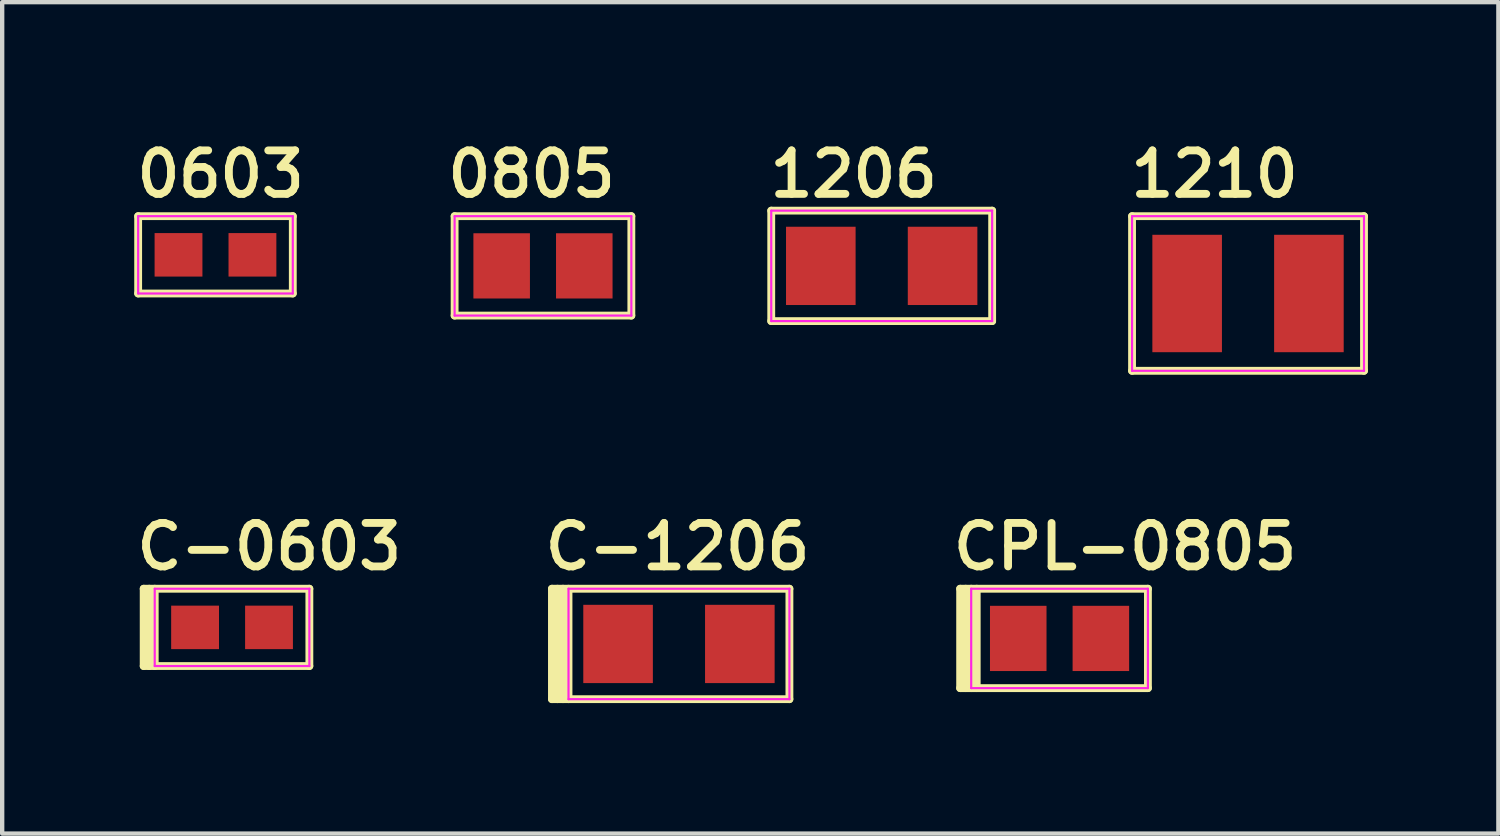
<source format=kicad_pcb>
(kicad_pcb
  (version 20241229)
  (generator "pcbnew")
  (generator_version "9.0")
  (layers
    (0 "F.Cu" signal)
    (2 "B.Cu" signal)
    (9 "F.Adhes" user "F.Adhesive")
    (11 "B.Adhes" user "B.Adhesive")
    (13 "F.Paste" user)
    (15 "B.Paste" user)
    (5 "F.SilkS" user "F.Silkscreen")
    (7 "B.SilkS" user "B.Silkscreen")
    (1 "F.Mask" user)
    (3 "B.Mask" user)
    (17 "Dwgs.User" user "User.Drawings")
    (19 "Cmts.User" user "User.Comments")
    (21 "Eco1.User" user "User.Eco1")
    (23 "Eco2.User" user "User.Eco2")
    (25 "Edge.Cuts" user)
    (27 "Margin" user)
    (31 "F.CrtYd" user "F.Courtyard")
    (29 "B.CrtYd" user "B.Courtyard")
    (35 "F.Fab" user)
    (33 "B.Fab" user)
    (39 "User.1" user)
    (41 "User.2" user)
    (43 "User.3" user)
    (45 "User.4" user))
  (footprint "C-0603"
    (layer "F.Cu")
    (at 2.286 11.377)
    (property "Reference" "C-0603" (at -2.286 -1.27 0) (layer "F.SilkS") (effects (font (size 1 1) (thickness 0.18)) (justify left bottom)))
    (attr through_hole)
    (fp_line (start -2.032 -0.889) (end 1.778 -0.889) (stroke (width 0.18) (type solid)) (layer "F.SilkS"))
    (fp_line (start -2.032 0.889) (end -2.032 -0.889) (stroke (width 0.18) (type solid)) (layer "F.SilkS"))
    (fp_line (start -1.905 0.889) (end -1.905 -0.889) (stroke (width 0.18) (type solid)) (layer "F.SilkS"))
    (fp_line (start -1.778 0.889) (end -1.778 -0.889) (stroke (width 0.18) (type solid)) (layer "F.SilkS"))
    (fp_line (start 1.778 -0.889) (end 1.778 0.889) (stroke (width 0.18) (type solid)) (layer "F.SilkS"))
    (fp_line (start 1.778 0.889) (end -2.032 0.889) (stroke (width 0.18) (type solid)) (layer "F.SilkS"))
    (fp_line (start -1.778 -0.889) (end 1.778 -0.889) (stroke (width 0.05) (type solid)) (layer "F.CrtYd"))
    (fp_line (start -1.778 0.889) (end -1.778 -0.889) (stroke (width 0.05) (type solid)) (layer "F.CrtYd"))
    (fp_line (start 1.778 -0.889) (end 1.778 0.889) (stroke (width 0.05) (type solid)) (layer "F.CrtYd"))
    (fp_line (start 1.778 0.889) (end -1.778 0.889) (stroke (width 0.05) (type solid)) (layer "F.CrtYd"))
    (pad "A" smd rect (at -0.85 0) (size 1.1 1) (layers "F.Cu" "F.Mask" "F.Paste"))
    (pad "K" smd rect (at 0.85 0) (size 1.1 1) (layers "F.Cu" "F.Mask" "F.Paste")))
  (footprint "1210"
    (layer "F.Cu")
    (at 25.649 3.699)
    (property "Reference" "1210" (at -2.794 -2.159 0) (layer "F.SilkS") (effects (font (size 1 1) (thickness 0.18)) (justify left bottom)))
    (attr through_hole)
    (fp_line (start -2.667 -1.778) (end -2.667 1.778) (stroke (width 0.18) (type solid)) (layer "F.SilkS"))
    (fp_line (start -2.667 1.778) (end 2.667 1.778) (stroke (width 0.18) (type solid)) (layer "F.SilkS"))
    (fp_line (start 2.667 -1.778) (end -2.667 -1.778) (stroke (width 0.18) (type solid)) (layer "F.SilkS"))
    (fp_line (start 2.667 1.778) (end 2.667 -1.778) (stroke (width 0.18) (type solid)) (layer "F.SilkS"))
    (fp_line (start -2.667 -1.778) (end 2.667 -1.778) (stroke (width 0.05) (type solid)) (layer "F.CrtYd"))
    (fp_line (start -2.667 1.778) (end -2.667 -1.778) (stroke (width 0.05) (type solid)) (layer "F.CrtYd"))
    (fp_line (start 2.667 -1.778) (end 2.667 1.778) (stroke (width 0.05) (type solid)) (layer "F.CrtYd"))
    (fp_line (start 2.667 1.778) (end -2.667 1.778) (stroke (width 0.05) (type solid)) (layer "F.CrtYd"))
    (pad "1" smd rect (at -1.4 0) (size 1.6 2.7) (layers "F.Cu" "F.Mask" "F.Paste"))
    (pad "2" smd rect (at 1.4 0) (size 1.6 2.7) (layers "F.Cu" "F.Mask" "F.Paste")))
  (footprint "CPL-0805"
    (layer "F.Cu")
    (at 21.315 11.631)
    (property "Reference" "CPL-0805" (at -2.54 -1.524 0) (layer "F.SilkS") (effects (font (size 1 1) (thickness 0.18)) (justify left bottom)))
    (attr through_hole)
    (fp_line (start -2.286 -1.143) (end -2.286 1.143) (stroke (width 0.18) (type solid)) (layer "F.SilkS"))
    (fp_line (start -2.286 1.143) (end 2.032 1.143) (stroke (width 0.18) (type solid)) (layer "F.SilkS"))
    (fp_line (start -2.159 1.143) (end -2.159 -1.143) (stroke (width 0.18) (type solid)) (layer "F.SilkS"))
    (fp_line (start -2.032 1.143) (end -2.032 -1.143) (stroke (width 0.18) (type solid)) (layer "F.SilkS"))
    (fp_line (start -1.905 1.143) (end -1.905 -1.143) (stroke (width 0.18) (type solid)) (layer "F.SilkS"))
    (fp_line (start 2.032 -1.143) (end -2.286 -1.143) (stroke (width 0.18) (type solid)) (layer "F.SilkS"))
    (fp_line (start 2.032 1.143) (end 2.032 -1.143) (stroke (width 0.18) (type solid)) (layer "F.SilkS"))
    (fp_line (start -2.032 -1.143) (end 2.032 -1.143) (stroke (width 0.05) (type solid)) (layer "F.CrtYd"))
    (fp_line (start -2.032 1.143) (end -2.032 -1.143) (stroke (width 0.05) (type solid)) (layer "F.CrtYd"))
    (fp_line (start 2.032 -1.143) (end 2.032 1.143) (stroke (width 0.05) (type solid)) (layer "F.CrtYd"))
    (fp_line (start 2.032 1.143) (end -2.032 1.143) (stroke (width 0.05) (type solid)) (layer "F.CrtYd"))
    (pad "A" smd rect (at -0.95 0) (size 1.3 1.5) (layers "F.Cu" "F.Mask" "F.Paste"))
    (pad "K" smd rect (at 0.95 0) (size 1.3 1.5) (layers "F.Cu" "F.Mask" "F.Paste")))
  (footprint "0603"
    (layer "F.Cu")
    (at 1.905 2.81)
    (property "Reference" "0603" (at -1.905 -1.27 0) (layer "F.SilkS") (effects (font (size 1 1) (thickness 0.18)) (justify left bottom)))
    (attr through_hole)
    (fp_line (start -1.778 -0.889) (end 1.778 -0.889) (stroke (width 0.18) (type solid)) (layer "F.SilkS"))
    (fp_line (start -1.778 0.889) (end -1.778 -0.889) (stroke (width 0.18) (type solid)) (layer "F.SilkS"))
    (fp_line (start 1.778 -0.889) (end 1.778 0.889) (stroke (width 0.18) (type solid)) (layer "F.SilkS"))
    (fp_line (start 1.778 0.889) (end -1.778 0.889) (stroke (width 0.18) (type solid)) (layer "F.SilkS"))
    (fp_line (start -1.778 -0.889) (end 1.778 -0.889) (stroke (width 0.05) (type solid)) (layer "F.CrtYd"))
    (fp_line (start -1.778 0.889) (end -1.778 -0.889) (stroke (width 0.05) (type solid)) (layer "F.CrtYd"))
    (fp_line (start 1.778 -0.889) (end 1.778 0.889) (stroke (width 0.05) (type solid)) (layer "F.CrtYd"))
    (fp_line (start 1.778 0.889) (end -1.778 0.889) (stroke (width 0.05) (type solid)) (layer "F.CrtYd"))
    (pad "1" smd rect (at -0.85 0) (size 1.1 1) (layers "F.Cu" "F.Mask" "F.Paste"))
    (pad "2" smd rect (at 0.85 0) (size 1.1 1) (layers "F.Cu" "F.Mask" "F.Paste")))
  (footprint "0805"
    (layer "F.Cu")
    (at 9.436 3.064)
    (property "Reference" "0805" (at -2.286 -1.524 0) (layer "F.SilkS") (effects (font (size 1 1) (thickness 0.18)) (justify left bottom)))
    (attr through_hole)
    (fp_line (start -2.032 -1.143) (end -2.032 1.143) (stroke (width 0.18) (type solid)) (layer "F.SilkS"))
    (fp_line (start -2.032 1.143) (end 2.032 1.143) (stroke (width 0.18) (type solid)) (layer "F.SilkS"))
    (fp_line (start 2.032 -1.143) (end -2.032 -1.143) (stroke (width 0.18) (type solid)) (layer "F.SilkS"))
    (fp_line (start 2.032 1.143) (end 2.032 -1.143) (stroke (width 0.18) (type solid)) (layer "F.SilkS"))
    (fp_line (start -2.032 -1.143) (end 2.032 -1.143) (stroke (width 0.05) (type solid)) (layer "F.CrtYd"))
    (fp_line (start -2.032 1.143) (end -2.032 -1.143) (stroke (width 0.05) (type solid)) (layer "F.CrtYd"))
    (fp_line (start 2.032 -1.143) (end 2.032 1.143) (stroke (width 0.05) (type solid)) (layer "F.CrtYd"))
    (fp_line (start 2.032 1.143) (end -2.032 1.143) (stroke (width 0.05) (type solid)) (layer "F.CrtYd"))
    (pad "1" smd rect (at -0.95 0) (size 1.3 1.5) (layers "F.Cu" "F.Mask" "F.Paste"))
    (pad "2" smd rect (at 0.95 0) (size 1.3 1.5) (layers "F.Cu" "F.Mask" "F.Paste")))
  (footprint "1206"
    (layer "F.Cu")
    (at 17.225 3.064)
    (property "Reference" "1206" (at -2.667 -1.524 0) (layer "F.SilkS") (effects (font (size 1 1) (thickness 0.18)) (justify left bottom)))
    (attr through_hole)
    (fp_line (start -2.54 -1.27) (end -2.54 1.27) (stroke (width 0.18) (type solid)) (layer "F.SilkS"))
    (fp_line (start -2.54 1.27) (end 2.54 1.27) (stroke (width 0.18) (type solid)) (layer "F.SilkS"))
    (fp_line (start 2.54 -1.27) (end -2.54 -1.27) (stroke (width 0.18) (type solid)) (layer "F.SilkS"))
    (fp_line (start 2.54 1.27) (end 2.54 -1.27) (stroke (width 0.18) (type solid)) (layer "F.SilkS"))
    (fp_line (start -2.54 -1.27) (end 2.54 -1.27) (stroke (width 0.05) (type solid)) (layer "F.CrtYd"))
    (fp_line (start -2.54 1.27) (end -2.54 -1.27) (stroke (width 0.05) (type solid)) (layer "F.CrtYd"))
    (fp_line (start 2.54 -1.27) (end 2.54 1.27) (stroke (width 0.05) (type solid)) (layer "F.CrtYd"))
    (fp_line (start 2.54 1.27) (end -2.54 1.27) (stroke (width 0.05) (type solid)) (layer "F.CrtYd"))
    (pad "1" smd rect (at -1.4 0) (size 1.6 1.8) (layers "F.Cu" "F.Mask" "F.Paste"))
    (pad "2" smd rect (at 1.4 0) (size 1.6 1.8) (layers "F.Cu" "F.Mask" "F.Paste")))
  (footprint "C-1206"
    (layer "F.Cu")
    (at 12.563 11.758)
    (property "Reference" "C-1206" (at -3.175 -1.651 0) (layer "F.SilkS") (effects (font (size 1 1) (thickness 0.18)) (justify left bottom)))
    (attr through_hole)
    (fp_line (start -2.921 -1.27) (end -2.921 1.27) (stroke (width 0.18) (type solid)) (layer "F.SilkS"))
    (fp_line (start -2.921 1.27) (end 2.54 1.27) (stroke (width 0.18) (type solid)) (layer "F.SilkS"))
    (fp_line (start -2.794 -1.27) (end -2.794 1.27) (stroke (width 0.18) (type solid)) (layer "F.SilkS"))
    (fp_line (start -2.667 -1.27) (end -2.667 1.27) (stroke (width 0.18) (type solid)) (layer "F.SilkS"))
    (fp_line (start -2.54 -1.27) (end -2.54 1.27) (stroke (width 0.18) (type solid)) (layer "F.SilkS"))
    (fp_line (start 2.54 -1.27) (end -2.921 -1.27) (stroke (width 0.18) (type solid)) (layer "F.SilkS"))
    (fp_line (start 2.54 1.27) (end 2.54 -1.27) (stroke (width 0.18) (type solid)) (layer "F.SilkS"))
    (fp_line (start -2.54 -1.27) (end 2.54 -1.27) (stroke (width 0.05) (type solid)) (layer "F.CrtYd"))
    (fp_line (start -2.54 1.27) (end -2.54 -1.27) (stroke (width 0.05) (type solid)) (layer "F.CrtYd"))
    (fp_line (start 2.54 -1.27) (end 2.54 1.27) (stroke (width 0.05) (type solid)) (layer "F.CrtYd"))
    (fp_line (start 2.54 1.27) (end -2.54 1.27) (stroke (width 0.05) (type solid)) (layer "F.CrtYd"))
    (pad "A" smd rect (at -1.4 0) (size 1.6 1.8) (layers "F.Cu" "F.Mask" "F.Paste"))
    (pad "K" smd rect (at 1.4 0) (size 1.6 1.8) (layers "F.Cu" "F.Mask" "F.Paste")))
  (gr_rect
    (start -3 -3)
    (end 31.406 16.118)
    (stroke (width 0.1) (type default))
    (fill no)
    (layer "Edge.Cuts")))
</source>
